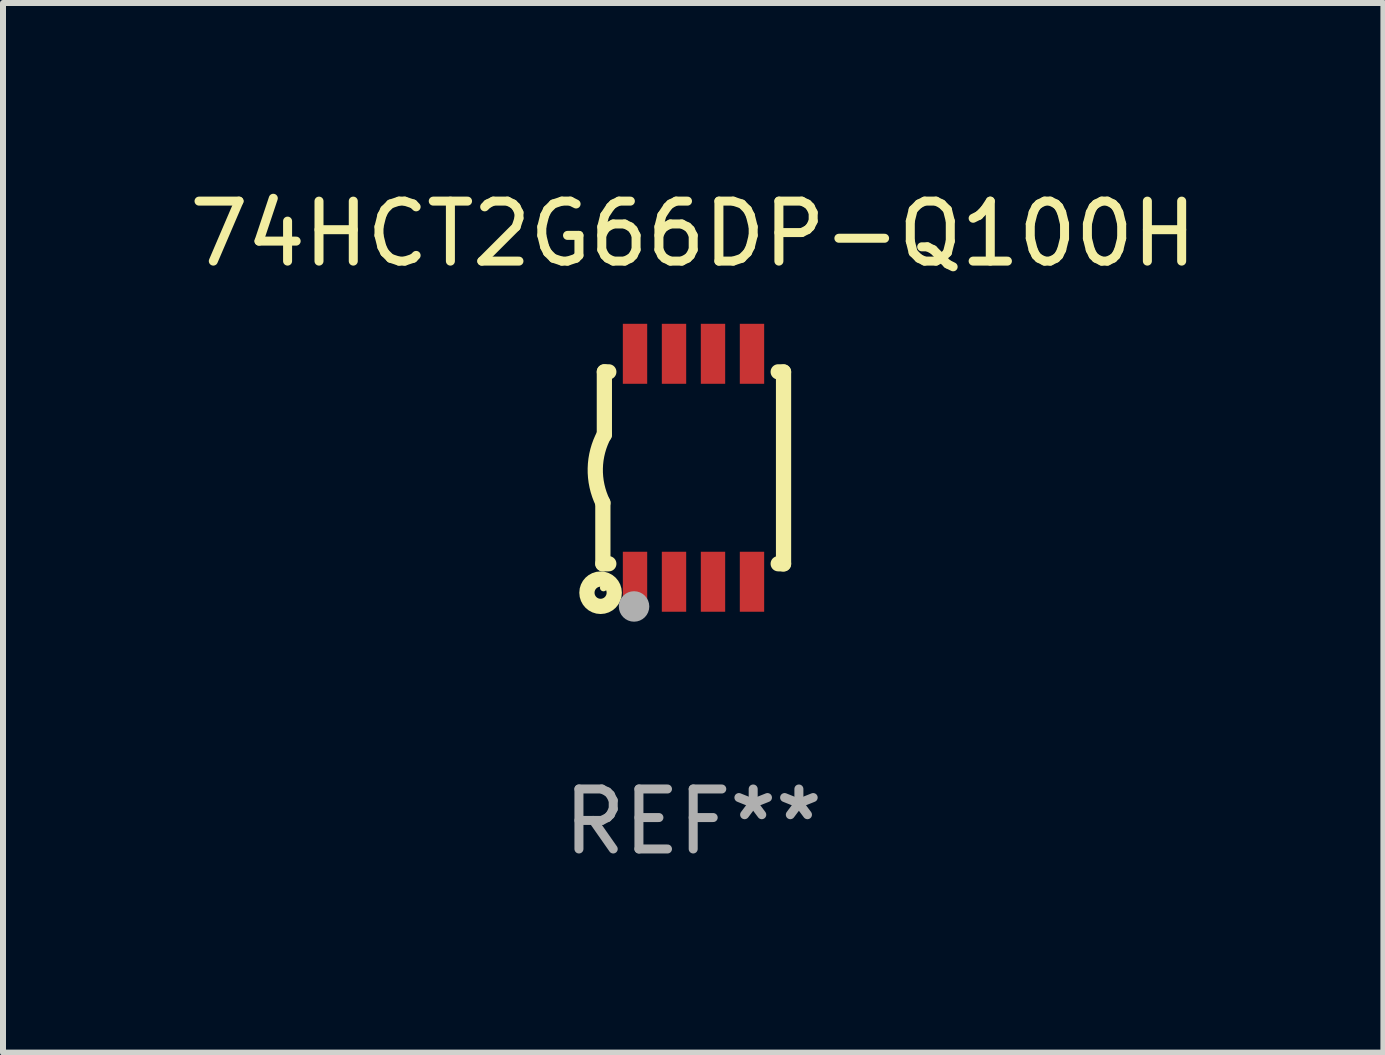
<source format=kicad_pcb>
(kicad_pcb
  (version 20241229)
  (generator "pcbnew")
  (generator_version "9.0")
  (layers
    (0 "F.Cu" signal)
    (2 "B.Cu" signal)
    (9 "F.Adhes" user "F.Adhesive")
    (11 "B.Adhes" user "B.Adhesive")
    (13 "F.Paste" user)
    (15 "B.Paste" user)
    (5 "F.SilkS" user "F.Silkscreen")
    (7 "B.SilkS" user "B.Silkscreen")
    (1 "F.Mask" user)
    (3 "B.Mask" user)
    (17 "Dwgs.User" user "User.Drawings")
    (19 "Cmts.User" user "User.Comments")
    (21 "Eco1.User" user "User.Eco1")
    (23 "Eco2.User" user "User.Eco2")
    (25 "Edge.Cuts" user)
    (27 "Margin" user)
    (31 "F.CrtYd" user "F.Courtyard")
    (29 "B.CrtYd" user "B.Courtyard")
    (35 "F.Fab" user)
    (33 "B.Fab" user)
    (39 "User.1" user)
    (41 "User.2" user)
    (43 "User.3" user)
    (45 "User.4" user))
  (footprint "74HCT2G66DP-Q100H"
    (layer "F.Cu")
    (at 8.506 4.748)
    (property "Reference" "74HCT2G66DP-Q100H" (at 0 -3.9 0) (layer "F.SilkS") (effects (font (size 1 1) (thickness 0.15))))
    (attr through_hole)
    (fp_line (start -1.506 1.6) (end -1.506 0.584) (stroke (width 0.254) (type solid)) (layer "F.SilkS"))
    (fp_line (start -1.506 1.6) (end -1.407 1.6) (stroke (width 0.254) (type solid)) (layer "F.SilkS"))
    (fp_line (start -1.481 -1.599) (end -1.481 -0.549) (stroke (width 0.254) (type solid)) (layer "F.SilkS"))
    (fp_line (start -1.481 -1.599) (end -1.407 -1.599) (stroke (width 0.254) (type solid)) (layer "F.SilkS"))
    (fp_line (start 1.417 -1.599) (end 1.506 -1.599) (stroke (width 0.254) (type solid)) (layer "F.SilkS"))
    (fp_line (start 1.417 1.6) (end 1.506 1.6) (stroke (width 0.254) (type solid)) (layer "F.SilkS"))
    (fp_line (start 1.506 1.603) (end 1.506 -1.595) (stroke (width 0.254) (type solid)) (layer "F.SilkS"))
    (fp_arc (start -1.506223 0.584328) (mid -1.632455 0.00974) (end -1.480823 -0.558674) (stroke (width 0.254001) (type solid)) (layer "F.SilkS"))
    (fp_circle (center -1.544 2.083) (end -1.443 2.083) (stroke (width 0.254) (type solid)) (fill no) (layer "F.SilkS"))
    (fp_circle (center -1.495 2) (end -1.465 2) (stroke (width 0.06) (type solid)) (fill no) (layer "F.SilkS"))
    (fp_circle (center -0.986 2.312) (end -0.859 2.312) (stroke (width 0.254) (type solid)) (fill no) (layer "F.Fab"))
    (fp_text user "REF**" (at 0 5.9 0) (layer "F.Fab") (effects (font (size 1 1) (thickness 0.15))))
    (pad "1" smd rect (at -0.97 1.9 90) (size 1 0.406) (layers "F.Cu" "F.Mask" "F.Paste"))
    (pad "2" smd rect (at -0.32 1.9 90) (size 1 0.406) (layers "F.Cu" "F.Mask" "F.Paste"))
    (pad "3" smd rect (at 0.33 1.9 90) (size 1 0.406) (layers "F.Cu" "F.Mask" "F.Paste"))
    (pad "4" smd rect (at 0.98 1.9 90) (size 1 0.406) (layers "F.Cu" "F.Mask" "F.Paste"))
    (pad "5" smd rect (at 0.98 -1.9 90) (size 1 0.406) (layers "F.Cu" "F.Mask" "F.Paste"))
    (pad "6" smd rect (at 0.33 -1.9 90) (size 1 0.406) (layers "F.Cu" "F.Mask" "F.Paste"))
    (pad "7" smd rect (at -0.32 -1.9 90) (size 1 0.406) (layers "F.Cu" "F.Mask" "F.Paste"))
    (pad "8" smd rect (at -0.97 -1.9 90) (size 1 0.406) (layers "F.Cu" "F.Mask" "F.Paste")))
  (gr_rect
    (start -3 -3)
    (end 20.012 14.497)
    (stroke (width 0.1) (type default))
    (fill no)
    (layer "Edge.Cuts")))
</source>
